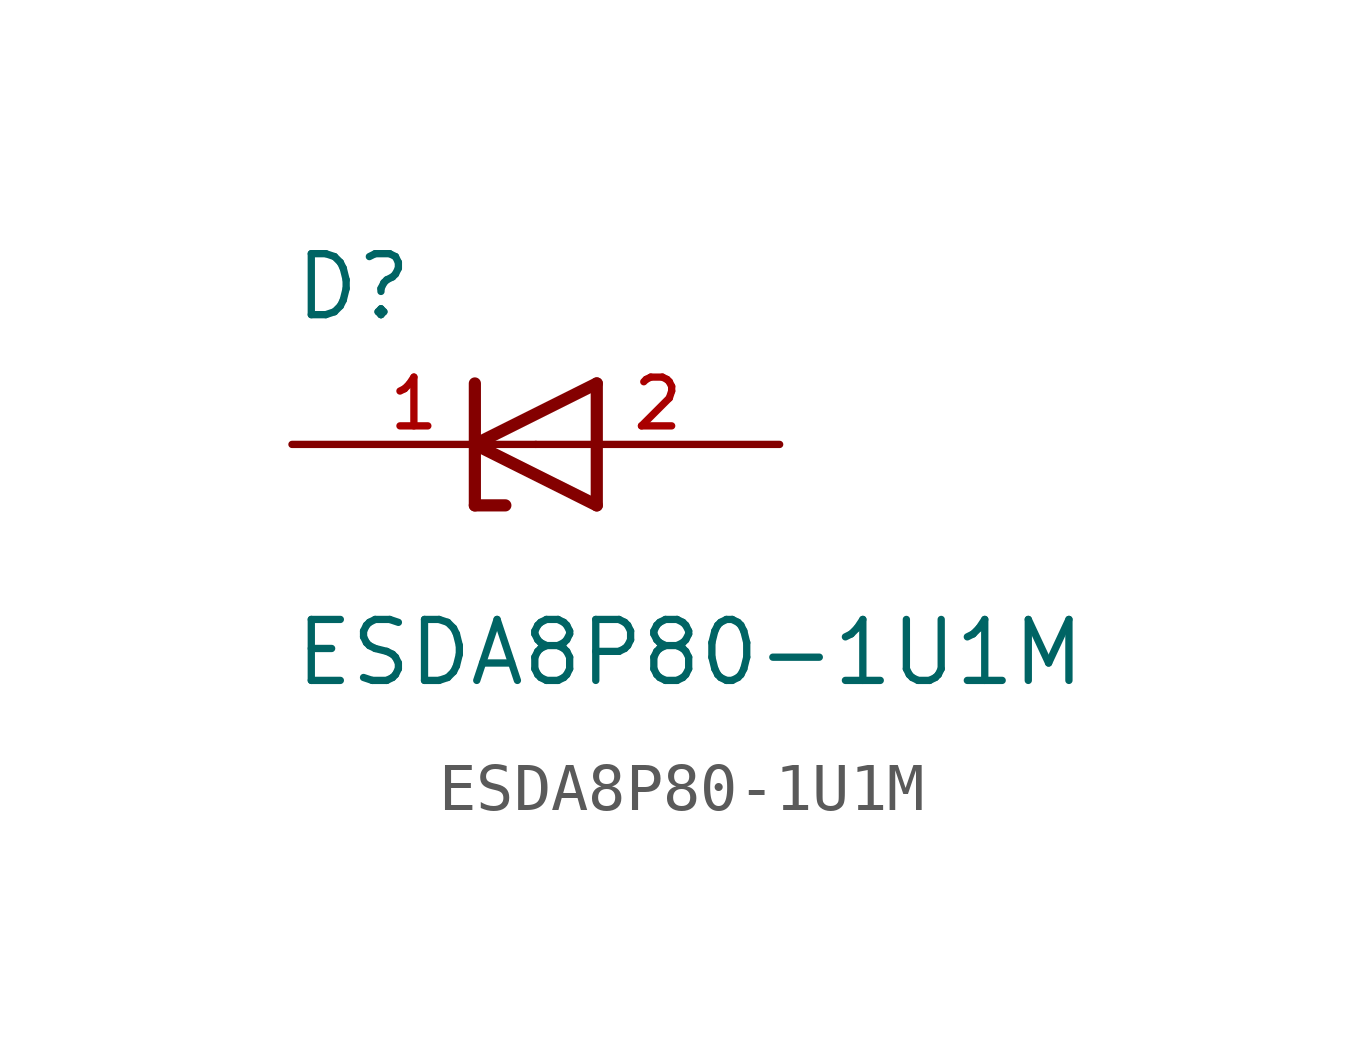
<source format=kicad_sym>
(kicad_symbol_lib
  (version 20211014)
  (generator kicad_symbol_editor)
  (symbol "ESDA8P80-1U1M"
    (pin_names
      (offset 1.016))
    (property "Reference" "D"
      (at -5.08 2.54 0)
      (effects (font (size 1.27 1.27)) (justify bottom left)))
    (property "Value" "ESDA8P80-1U1M"
      (at -5.08 -5.08 0)
      (effects (font (size 1.27 1.27)) (justify bottom left)))
    (symbol "ESDA8P80-1U1M_0_0"
      (polyline (pts (xy 1.27 1.27) (xy -1.27 0.0)) (stroke (width 0.254)))
      (polyline (pts (xy -1.27 0.0) (xy 1.27 -1.27)) (stroke (width 0.254)))
      (polyline (pts (xy -0.635 -1.27) (xy -1.27 -1.27)) (stroke (width 0.254)))
      (polyline (pts (xy -1.27 -1.27) (xy -1.27 0.0)) (stroke (width 0.254)))
      (polyline (pts (xy 1.27 -1.27) (xy 1.27 1.27)) (stroke (width 0.254)))
      (polyline (pts (xy -1.27 0.0) (xy -1.27 1.27)) (stroke (width 0.254)))
      (pin passive line (at 5.08 0.0 180.0) (length 5.08) (name "~" (effects (font (size 1.016 1.016)))) (number "2" (effects (font (size 1.016 1.016)))))
      (pin passive line (at -5.08 0.0 0) (length 5.08) (name "~" (effects (font (size 1.016 1.016)))) (number "1" (effects (font (size 1.016 1.016))))))))
</source>
